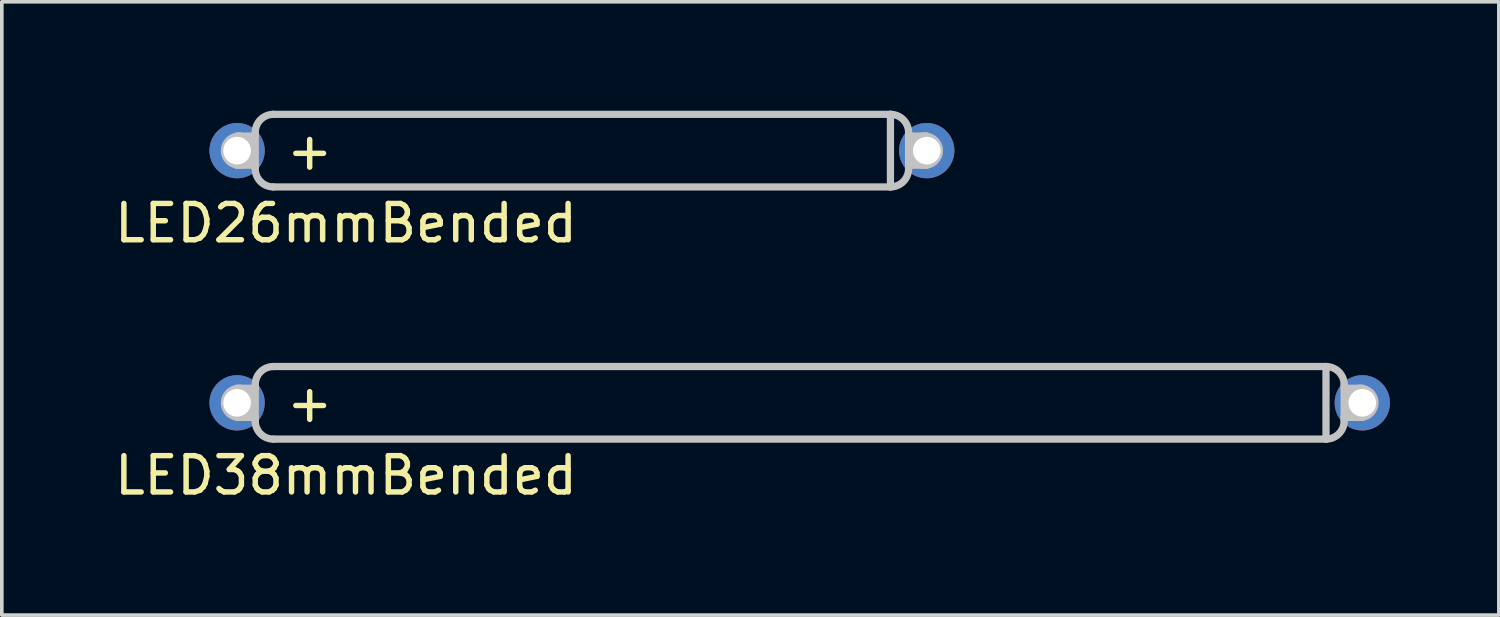
<source format=kicad_pcb>
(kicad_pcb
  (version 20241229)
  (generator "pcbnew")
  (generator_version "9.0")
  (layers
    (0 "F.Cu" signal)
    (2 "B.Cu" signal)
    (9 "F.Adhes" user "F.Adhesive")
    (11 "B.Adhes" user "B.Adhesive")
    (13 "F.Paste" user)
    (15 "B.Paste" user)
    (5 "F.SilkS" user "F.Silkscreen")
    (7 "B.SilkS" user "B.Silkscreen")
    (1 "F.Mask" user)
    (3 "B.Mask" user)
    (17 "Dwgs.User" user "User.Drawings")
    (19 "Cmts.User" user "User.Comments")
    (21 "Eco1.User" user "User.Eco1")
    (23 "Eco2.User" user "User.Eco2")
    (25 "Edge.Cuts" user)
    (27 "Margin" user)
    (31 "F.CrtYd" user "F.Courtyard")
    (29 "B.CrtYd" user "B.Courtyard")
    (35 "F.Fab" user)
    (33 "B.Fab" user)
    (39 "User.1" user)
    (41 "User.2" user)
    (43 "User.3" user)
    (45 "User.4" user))
  (footprint "LED26mmBended"
    (layer "F.Cu")
    (at 12.482 1.1)
    (property "Reference" "LED26mmBended" (at -6 2 0) (layer "F.SilkS") (effects (font (size 1 1) (thickness 0.15))))
    (attr through_hole)
    (fp_line (start -9 -0.4) (end -8.5 -0.4) (stroke (width 0.2) (type solid)) (layer "Dwgs.User"))
    (fp_line (start -9 0.4) (end -9 -0.4) (stroke (width 0.2) (type solid)) (layer "Dwgs.User"))
    (fp_line (start -9 0.4) (end -8.5 0.4) (stroke (width 0.2) (type solid)) (layer "Dwgs.User"))
    (fp_line (start -8.9 -0.4) (end -8.9 0.4) (stroke (width 0.2) (type solid)) (layer "Dwgs.User"))
    (fp_line (start -8.5 0.5) (end -8.5 -0.5) (stroke (width 0.2) (type solid)) (layer "Dwgs.User"))
    (fp_line (start -8 1) (end 9 1) (stroke (width 0.2) (type solid)) (layer "Dwgs.User"))
    (fp_line (start 9 -1) (end -8 -1) (stroke (width 0.2) (type solid)) (layer "Dwgs.User"))
    (fp_line (start 9 1) (end 9 -1) (stroke (width 0.2) (type solid)) (layer "Dwgs.User"))
    (fp_line (start 9.5 -0.5) (end 9.5 0.5) (stroke (width 0.2) (type solid)) (layer "Dwgs.User"))
    (fp_line (start 9.9 0.4) (end 9.9 -0.4) (stroke (width 0.2) (type solid)) (layer "Dwgs.User"))
    (fp_line (start 10 -0.4) (end 9.5 -0.4) (stroke (width 0.2) (type solid)) (layer "Dwgs.User"))
    (fp_line (start 10 -0.4) (end 10 0.4) (stroke (width 0.2) (type solid)) (layer "Dwgs.User"))
    (fp_line (start 10 0.4) (end 9.5 0.4) (stroke (width 0.2) (type solid)) (layer "Dwgs.User"))
    (fp_arc (start -8.5 -0.5) (mid -8.353553 -0.853553) (end -8 -1) (stroke (width 0.2) (type solid)) (layer "Dwgs.User"))
    (fp_arc (start -8.000001 1) (mid -8.353554 0.853553) (end -8.5 0.499999) (stroke (width 0.2) (type solid)) (layer "Dwgs.User"))
    (fp_arc (start 9 -1) (mid 9.353553 -0.853553) (end 9.5 -0.5) (stroke (width 0.2) (type solid)) (layer "Dwgs.User"))
    (fp_arc (start 9.5 0.5) (mid 9.353553 0.853553) (end 9 1) (stroke (width 0.2) (type solid)) (layer "Dwgs.User"))
    (fp_circle (center -8.95 0) (end -8.55 0) (stroke (width 0.2) (type solid)) (fill no) (layer "Dwgs.User"))
    (fp_circle (center 9.95 0) (end 10.35 0) (stroke (width 0.2) (type solid)) (fill no) (layer "Dwgs.User"))
    (fp_text user "+" (at -7 0 0) (layer "F.SilkS") (effects (font (size 1 1) (thickness 0.15))))
    (pad "1" thru_hole circle (at 10 0) (size 1.524 1.524) (drill 0.762) (layers "*.Cu" "*.Mask"))
    (pad "2" thru_hole circle (at -9 0) (size 1.524 1.524) (drill 0.762) (layers "*.Cu" "*.Mask")))
  (footprint "LED38mmBended"
    (layer "F.Cu")
    (at 18.482 8.048)
    (property "Reference" "LED38mmBended" (at -12 2 0) (layer "F.SilkS") (effects (font (size 1 1) (thickness 0.15))))
    (attr through_hole)
    (fp_line (start -15 -0.4) (end -14.5 -0.4) (stroke (width 0.2) (type solid)) (layer "Dwgs.User"))
    (fp_line (start -15 0.4) (end -15 -0.4) (stroke (width 0.2) (type solid)) (layer "Dwgs.User"))
    (fp_line (start -15 0.4) (end -14.5 0.4) (stroke (width 0.2) (type solid)) (layer "Dwgs.User"))
    (fp_line (start -14.9 -0.4) (end -14.9 0.4) (stroke (width 0.2) (type solid)) (layer "Dwgs.User"))
    (fp_line (start -14.5 0.5) (end -14.5 -0.5) (stroke (width 0.2) (type solid)) (layer "Dwgs.User"))
    (fp_line (start -14 1) (end 15 1) (stroke (width 0.2) (type solid)) (layer "Dwgs.User"))
    (fp_line (start 15 -1) (end -14 -1) (stroke (width 0.2) (type solid)) (layer "Dwgs.User"))
    (fp_line (start 15 1) (end 15 -1) (stroke (width 0.2) (type solid)) (layer "Dwgs.User"))
    (fp_line (start 15.5 -0.5) (end 15.5 0.5) (stroke (width 0.2) (type solid)) (layer "Dwgs.User"))
    (fp_line (start 15.9 0.4) (end 15.9 -0.4) (stroke (width 0.2) (type solid)) (layer "Dwgs.User"))
    (fp_line (start 16 -0.4) (end 15.5 -0.4) (stroke (width 0.2) (type solid)) (layer "Dwgs.User"))
    (fp_line (start 16 -0.4) (end 16 0.4) (stroke (width 0.2) (type solid)) (layer "Dwgs.User"))
    (fp_line (start 16 0.4) (end 15.5 0.4) (stroke (width 0.2) (type solid)) (layer "Dwgs.User"))
    (fp_arc (start -14.5 -0.5) (mid -14.353553 -0.853553) (end -14 -1) (stroke (width 0.2) (type solid)) (layer "Dwgs.User"))
    (fp_arc (start -14.000001 1) (mid -14.353554 0.853553) (end -14.5 0.499999) (stroke (width 0.2) (type solid)) (layer "Dwgs.User"))
    (fp_arc (start 15 -1) (mid 15.353553 -0.853553) (end 15.5 -0.5) (stroke (width 0.2) (type solid)) (layer "Dwgs.User"))
    (fp_arc (start 15.5 0.5) (mid 15.353553 0.853553) (end 15 1) (stroke (width 0.2) (type solid)) (layer "Dwgs.User"))
    (fp_circle (center -14.95 0) (end -14.55 0) (stroke (width 0.2) (type solid)) (fill no) (layer "Dwgs.User"))
    (fp_circle (center 15.95 0) (end 16.35 0) (stroke (width 0.2) (type solid)) (fill no) (layer "Dwgs.User"))
    (fp_text user "+" (at -13 0 0) (layer "F.SilkS") (effects (font (size 1 1) (thickness 0.15))))
    (pad "1" thru_hole circle (at 16 0) (size 1.524 1.524) (drill 0.762) (layers "*.Cu" "*.Mask"))
    (pad "2" thru_hole circle (at -15 0) (size 1.524 1.524) (drill 0.762) (layers "*.Cu" "*.Mask")))
  (gr_rect
    (start -3 -3)
    (end 38.244 13.896)
    (stroke (width 0.1) (type default))
    (fill no)
    (layer "Edge.Cuts")))
</source>
